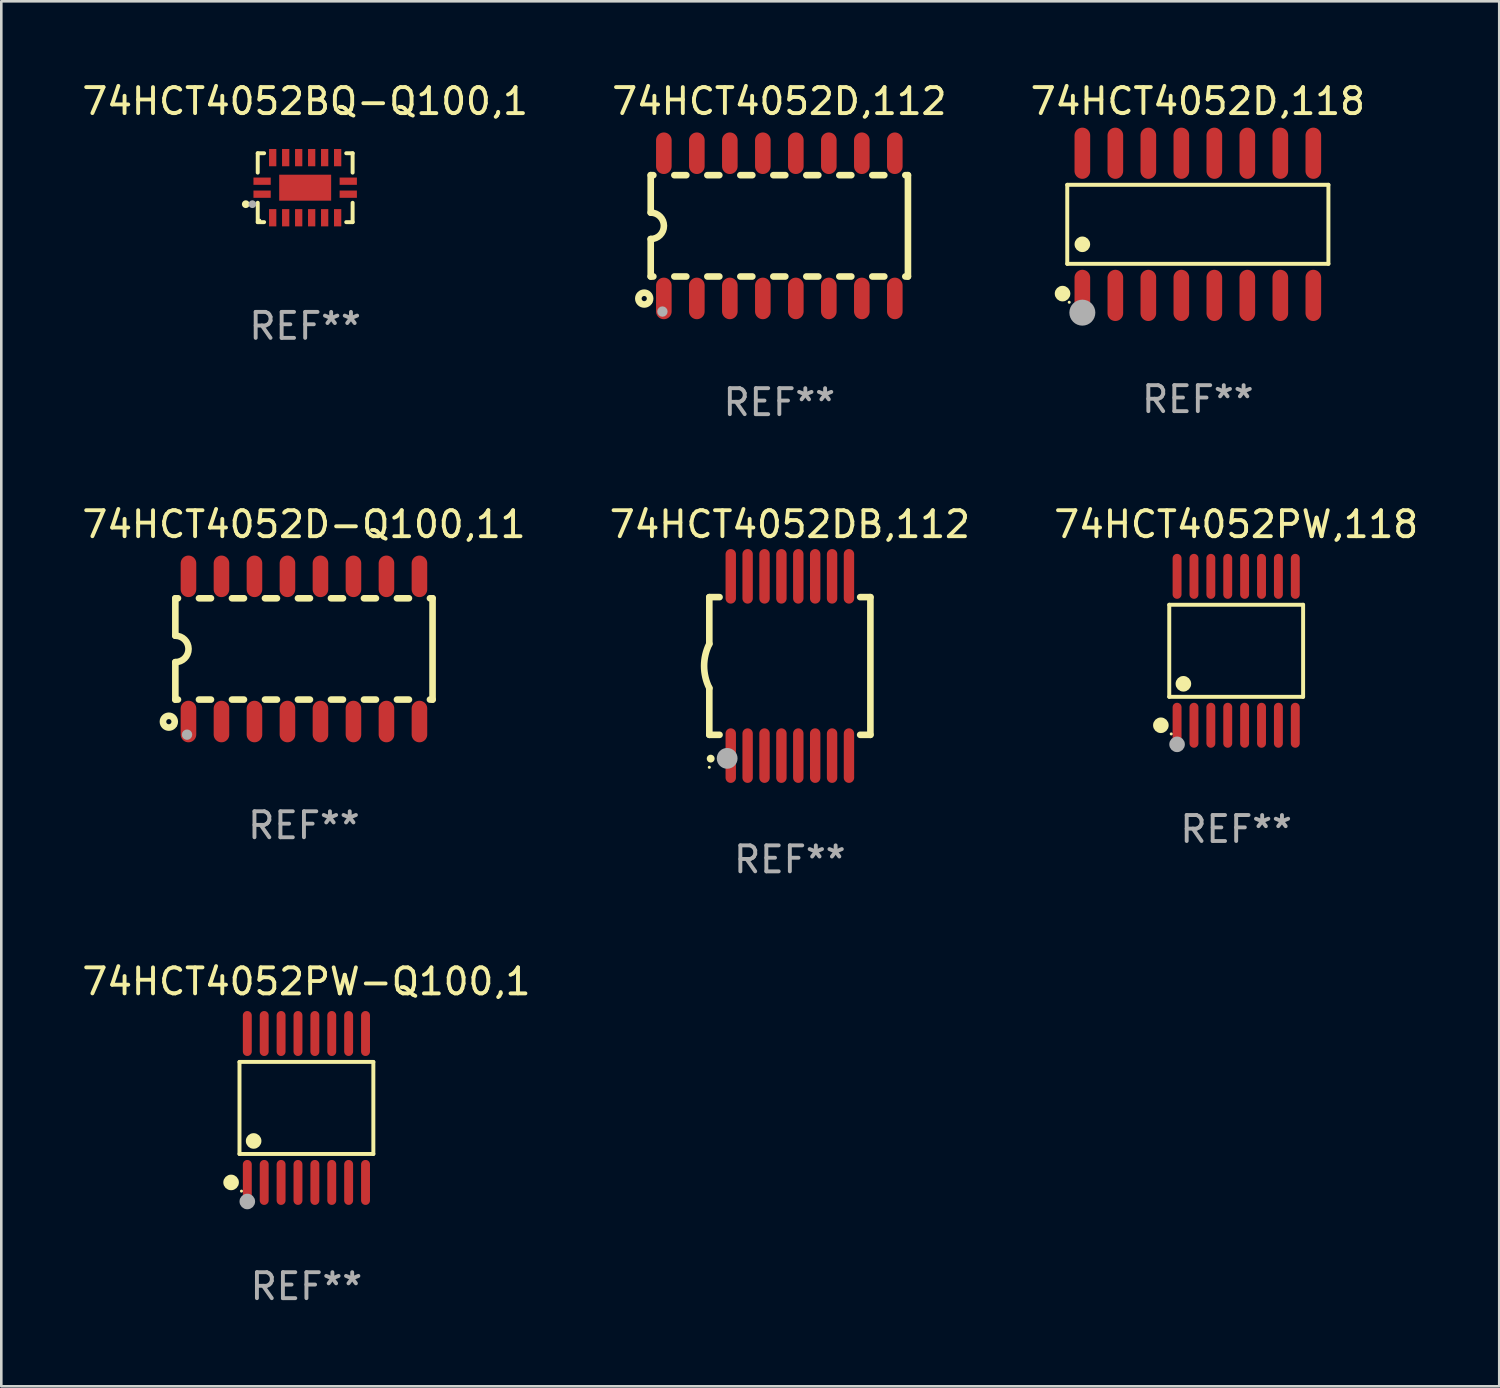
<source format=kicad_pcb>
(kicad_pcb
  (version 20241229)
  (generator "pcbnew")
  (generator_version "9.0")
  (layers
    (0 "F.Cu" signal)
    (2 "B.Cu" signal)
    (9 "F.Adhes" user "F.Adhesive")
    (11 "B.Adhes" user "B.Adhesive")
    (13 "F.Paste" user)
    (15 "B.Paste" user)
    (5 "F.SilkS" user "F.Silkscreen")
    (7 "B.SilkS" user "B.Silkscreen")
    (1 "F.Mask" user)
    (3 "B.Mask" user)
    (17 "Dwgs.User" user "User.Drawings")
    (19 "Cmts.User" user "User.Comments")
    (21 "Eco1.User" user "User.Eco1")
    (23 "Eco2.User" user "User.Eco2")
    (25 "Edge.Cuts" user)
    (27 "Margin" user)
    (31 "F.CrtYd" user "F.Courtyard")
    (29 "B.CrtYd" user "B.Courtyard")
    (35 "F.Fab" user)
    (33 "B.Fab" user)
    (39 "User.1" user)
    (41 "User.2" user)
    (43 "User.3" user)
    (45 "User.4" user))
  (footprint "74HCT4052BQ-Q100,1"
    (layer "F.Cu")
    (at 8.696 4.174)
    (property "Reference" "74HCT4052BQ-Q100,1" (at 0 -3.326 0) (layer "F.SilkS") (effects (font (size 1 1) (thickness 0.15))))
    (attr through_hole)
    (fp_line (start -1.826 -1.326) (end -1.58 -1.326) (stroke (width 0.152) (type solid)) (layer "F.SilkS"))
    (fp_line (start -1.826 -0.58) (end -1.826 -1.326) (stroke (width 0.152) (type solid)) (layer "F.SilkS"))
    (fp_line (start -1.826 0.58) (end -1.826 1.326) (stroke (width 0.152) (type solid)) (layer "F.SilkS"))
    (fp_line (start -1.826 1.326) (end -1.58 1.326) (stroke (width 0.152) (type solid)) (layer "F.SilkS"))
    (fp_line (start 1.826 -1.326) (end 1.58 -1.326) (stroke (width 0.152) (type solid)) (layer "F.SilkS"))
    (fp_line (start 1.826 -0.58) (end 1.826 -1.326) (stroke (width 0.152) (type solid)) (layer "F.SilkS"))
    (fp_line (start 1.826 0.58) (end 1.826 1.326) (stroke (width 0.152) (type solid)) (layer "F.SilkS"))
    (fp_line (start 1.826 1.326) (end 1.58 1.326) (stroke (width 0.152) (type solid)) (layer "F.SilkS"))
    (fp_circle (center -2.286 0.635) (end -2.211 0.635) (stroke (width 0.15) (type solid)) (fill no) (layer "F.SilkS"))
    (fp_circle (center -1.75 1.25) (end -1.72 1.25) (stroke (width 0.06) (type solid)) (fill no) (layer "F.SilkS"))
    (fp_circle (center -2.032 0.635) (end -1.957 0.635) (stroke (width 0.15) (type solid)) (fill no) (layer "F.Fab"))
    (fp_text user "REF**" (at 0 5.326 0) (layer "F.Fab") (effects (font (size 1 1) (thickness 0.15))))
    (pad "1" smd rect (at -1.658 0.25) (size 0.665 0.28) (layers "F.Cu" "F.Mask" "F.Paste"))
    (pad "2" smd rect (at -1.25 1.157) (size 0.28 0.665) (layers "F.Cu" "F.Mask" "F.Paste"))
    (pad "3" smd rect (at -0.75 1.157) (size 0.28 0.665) (layers "F.Cu" "F.Mask" "F.Paste"))
    (pad "4" smd rect (at -0.25 1.157) (size 0.28 0.665) (layers "F.Cu" "F.Mask" "F.Paste"))
    (pad "5" smd rect (at 0.25 1.157) (size 0.28 0.665) (layers "F.Cu" "F.Mask" "F.Paste"))
    (pad "6" smd rect (at 0.75 1.157) (size 0.28 0.665) (layers "F.Cu" "F.Mask" "F.Paste"))
    (pad "7" smd rect (at 1.25 1.157) (size 0.28 0.665) (layers "F.Cu" "F.Mask" "F.Paste"))
    (pad "8" smd rect (at 1.658 0.25) (size 0.665 0.28) (layers "F.Cu" "F.Mask" "F.Paste"))
    (pad "9" smd rect (at 1.658 -0.25) (size 0.665 0.28) (layers "F.Cu" "F.Mask" "F.Paste"))
    (pad "10" smd rect (at 1.25 -1.157) (size 0.28 0.665) (layers "F.Cu" "F.Mask" "F.Paste"))
    (pad "11" smd rect (at 0.75 -1.157) (size 0.28 0.665) (layers "F.Cu" "F.Mask" "F.Paste"))
    (pad "12" smd rect (at 0.25 -1.157) (size 0.28 0.665) (layers "F.Cu" "F.Mask" "F.Paste"))
    (pad "13" smd rect (at -0.25 -1.157) (size 0.28 0.665) (layers "F.Cu" "F.Mask" "F.Paste"))
    (pad "14" smd rect (at -0.75 -1.157) (size 0.28 0.665) (layers "F.Cu" "F.Mask" "F.Paste"))
    (pad "15" smd rect (at -1.25 -1.157) (size 0.28 0.665) (layers "F.Cu" "F.Mask" "F.Paste"))
    (pad "16" smd rect (at -1.658 -0.25) (size 0.665 0.28) (layers "F.Cu" "F.Mask" "F.Paste"))
    (pad "17" smd rect (at 0 0) (size 2 1) (layers "F.Cu" "F.Mask" "F.Paste")))
  (footprint "74HCT4052D,112"
    (layer "F.Cu")
    (at 26.946 5.642)
    (property "Reference" "74HCT4052D,112" (at 0 -4.794 0) (layer "F.SilkS") (effects (font (size 1 1) (thickness 0.15))))
    (attr through_hole)
    (fp_line (start -4.95 -1.95) (end -4.95 -0.508) (stroke (width 0.254) (type solid)) (layer "F.SilkS"))
    (fp_line (start -4.95 -1.95) (end -4.849 -1.95) (stroke (width 0.254) (type solid)) (layer "F.SilkS"))
    (fp_line (start -4.95 1.95) (end -4.95 0.508) (stroke (width 0.254) (type solid)) (layer "F.SilkS"))
    (fp_line (start -4.95 1.95) (end -4.849 1.95) (stroke (width 0.254) (type solid)) (layer "F.SilkS"))
    (fp_line (start -4.041 -1.95) (end -3.579 -1.95) (stroke (width 0.254) (type solid)) (layer "F.SilkS"))
    (fp_line (start -4.041 1.95) (end -3.579 1.95) (stroke (width 0.254) (type solid)) (layer "F.SilkS"))
    (fp_line (start -2.771 -1.95) (end -2.309 -1.95) (stroke (width 0.254) (type solid)) (layer "F.SilkS"))
    (fp_line (start -2.771 1.95) (end -2.309 1.95) (stroke (width 0.254) (type solid)) (layer "F.SilkS"))
    (fp_line (start -1.501 -1.95) (end -1.039 -1.95) (stroke (width 0.254) (type solid)) (layer "F.SilkS"))
    (fp_line (start -1.501 1.95) (end -1.039 1.95) (stroke (width 0.254) (type solid)) (layer "F.SilkS"))
    (fp_line (start -0.231 -1.95) (end 0.231 -1.95) (stroke (width 0.254) (type solid)) (layer "F.SilkS"))
    (fp_line (start -0.231 1.95) (end 0.231 1.95) (stroke (width 0.254) (type solid)) (layer "F.SilkS"))
    (fp_line (start 1.039 -1.95) (end 1.501 -1.95) (stroke (width 0.254) (type solid)) (layer "F.SilkS"))
    (fp_line (start 1.039 1.95) (end 1.501 1.95) (stroke (width 0.254) (type solid)) (layer "F.SilkS"))
    (fp_line (start 2.309 -1.95) (end 2.771 -1.95) (stroke (width 0.254) (type solid)) (layer "F.SilkS"))
    (fp_line (start 2.309 1.95) (end 2.771 1.95) (stroke (width 0.254) (type solid)) (layer "F.SilkS"))
    (fp_line (start 3.579 -1.95) (end 4.041 -1.95) (stroke (width 0.254) (type solid)) (layer "F.SilkS"))
    (fp_line (start 3.579 1.95) (end 4.041 1.95) (stroke (width 0.254) (type solid)) (layer "F.SilkS"))
    (fp_line (start 4.849 -1.95) (end 4.95 -1.95) (stroke (width 0.254) (type solid)) (layer "F.SilkS"))
    (fp_line (start 4.849 1.95) (end 4.95 1.95) (stroke (width 0.254) (type solid)) (layer "F.SilkS"))
    (fp_line (start 4.95 -1.95) (end 4.95 1.95) (stroke (width 0.254) (type solid)) (layer "F.SilkS"))
    (fp_arc (start -4.95047 -0.508001) (mid -4.442469 -0.000228) (end -4.950013 0.508001) (stroke (width 0.254001) (type solid)) (layer "F.SilkS"))
    (fp_circle (center -5.2 2.8) (end -5.1 2.8) (stroke (width 0.254) (type solid)) (fill no) (layer "F.SilkS"))
    (fp_circle (center -4.95 2.947) (end -4.92 2.947) (stroke (width 0.06) (type solid)) (fill no) (layer "F.SilkS"))
    (fp_circle (center -4.5 3.3) (end -4.4 3.3) (stroke (width 0.2) (type solid)) (fill no) (layer "F.Fab"))
    (fp_text user "REF**" (at 0 6.794 0) (layer "F.Fab") (effects (font (size 1 1) (thickness 0.15))))
    (pad "1" smd oval (at -4.445 2.794) (size 0.6 1.6) (layers "F.Cu" "F.Mask" "F.Paste"))
    (pad "2" smd oval (at -3.175 2.794) (size 0.6 1.6) (layers "F.Cu" "F.Mask" "F.Paste"))
    (pad "3" smd oval (at -1.905 2.794) (size 0.6 1.6) (layers "F.Cu" "F.Mask" "F.Paste"))
    (pad "4" smd oval (at -0.635 2.794) (size 0.6 1.6) (layers "F.Cu" "F.Mask" "F.Paste"))
    (pad "5" smd oval (at 0.635 2.794) (size 0.6 1.6) (layers "F.Cu" "F.Mask" "F.Paste"))
    (pad "6" smd oval (at 1.905 2.794) (size 0.6 1.6) (layers "F.Cu" "F.Mask" "F.Paste"))
    (pad "7" smd oval (at 3.175 2.794) (size 0.6 1.6) (layers "F.Cu" "F.Mask" "F.Paste"))
    (pad "8" smd oval (at 4.445 2.794) (size 0.6 1.6) (layers "F.Cu" "F.Mask" "F.Paste"))
    (pad "9" smd oval (at 4.445 -2.794) (size 0.6 1.6) (layers "F.Cu" "F.Mask" "F.Paste"))
    (pad "10" smd oval (at 3.175 -2.794) (size 0.6 1.6) (layers "F.Cu" "F.Mask" "F.Paste"))
    (pad "11" smd oval (at 1.905 -2.794) (size 0.6 1.6) (layers "F.Cu" "F.Mask" "F.Paste"))
    (pad "12" smd oval (at 0.635 -2.794) (size 0.6 1.6) (layers "F.Cu" "F.Mask" "F.Paste"))
    (pad "13" smd oval (at -0.635 -2.794) (size 0.6 1.6) (layers "F.Cu" "F.Mask" "F.Paste"))
    (pad "14" smd oval (at -1.905 -2.794) (size 0.6 1.6) (layers "F.Cu" "F.Mask" "F.Paste"))
    (pad "15" smd oval (at -3.175 -2.794) (size 0.6 1.6) (layers "F.Cu" "F.Mask" "F.Paste"))
    (pad "16" smd oval (at -4.445 -2.794) (size 0.6 1.6) (layers "F.Cu" "F.Mask" "F.Paste")))
  (footprint "74HCT4052D,118"
    (layer "F.Cu")
    (at 43.054 5.584)
    (property "Reference" "74HCT4052D,118" (at 0 -4.736 0) (layer "F.SilkS") (effects (font (size 1 1) (thickness 0.15))))
    (attr through_hole)
    (fp_line (start -5.026 -1.521) (end 5.026 -1.521) (stroke (width 0.152) (type solid)) (layer "F.SilkS"))
    (fp_line (start -5.026 1.521) (end -5.026 -1.521) (stroke (width 0.152) (type solid)) (layer "F.SilkS"))
    (fp_line (start 5.026 -1.521) (end 5.026 1.521) (stroke (width 0.152) (type solid)) (layer "F.SilkS"))
    (fp_line (start 5.026 1.521) (end -5.026 1.521) (stroke (width 0.152) (type solid)) (layer "F.SilkS"))
    (fp_circle (center -5.207 2.667) (end -5.057 2.667) (stroke (width 0.3) (type solid)) (fill no) (layer "F.SilkS"))
    (fp_circle (center -4.95 3) (end -4.92 3) (stroke (width 0.06) (type solid)) (fill no) (layer "F.SilkS"))
    (fp_circle (center -4.445 0.769) (end -4.295 0.769) (stroke (width 0.3) (type solid)) (fill no) (layer "F.SilkS"))
    (fp_circle (center -4.445 3.4) (end -4.195 3.4) (stroke (width 0.5) (type solid)) (fill no) (layer "F.Fab"))
    (fp_text user "REF**" (at 0 6.736 0) (layer "F.Fab") (effects (font (size 1 1) (thickness 0.15))))
    (pad "1" smd oval (at -4.445 2.736) (size 0.602 1.971) (layers "F.Cu" "F.Mask" "F.Paste"))
    (pad "2" smd oval (at -3.175 2.736) (size 0.602 1.971) (layers "F.Cu" "F.Mask" "F.Paste"))
    (pad "3" smd oval (at -1.905 2.736) (size 0.602 1.971) (layers "F.Cu" "F.Mask" "F.Paste"))
    (pad "4" smd oval (at -0.635 2.736) (size 0.602 1.971) (layers "F.Cu" "F.Mask" "F.Paste"))
    (pad "5" smd oval (at 0.635 2.736) (size 0.602 1.971) (layers "F.Cu" "F.Mask" "F.Paste"))
    (pad "6" smd oval (at 1.905 2.736) (size 0.602 1.971) (layers "F.Cu" "F.Mask" "F.Paste"))
    (pad "7" smd oval (at 3.175 2.736) (size 0.602 1.971) (layers "F.Cu" "F.Mask" "F.Paste"))
    (pad "8" smd oval (at 4.445 2.736) (size 0.602 1.971) (layers "F.Cu" "F.Mask" "F.Paste"))
    (pad "9" smd oval (at 4.445 -2.736) (size 0.602 1.971) (layers "F.Cu" "F.Mask" "F.Paste"))
    (pad "10" smd oval (at 3.175 -2.736) (size 0.602 1.971) (layers "F.Cu" "F.Mask" "F.Paste"))
    (pad "11" smd oval (at 1.905 -2.736) (size 0.602 1.971) (layers "F.Cu" "F.Mask" "F.Paste"))
    (pad "12" smd oval (at 0.635 -2.736) (size 0.602 1.971) (layers "F.Cu" "F.Mask" "F.Paste"))
    (pad "13" smd oval (at -0.635 -2.736) (size 0.602 1.971) (layers "F.Cu" "F.Mask" "F.Paste"))
    (pad "14" smd oval (at -1.905 -2.736) (size 0.602 1.971) (layers "F.Cu" "F.Mask" "F.Paste"))
    (pad "15" smd oval (at -3.175 -2.736) (size 0.602 1.971) (layers "F.Cu" "F.Mask" "F.Paste"))
    (pad "16" smd oval (at -4.445 -2.736) (size 0.602 1.971) (layers "F.Cu" "F.Mask" "F.Paste")))
  (footprint "74HCT4052D-Q100,11"
    (layer "F.Cu")
    (at 8.649 21.927)
    (property "Reference" "74HCT4052D-Q100,11" (at 0 -4.794 0) (layer "F.SilkS") (effects (font (size 1 1) (thickness 0.15))))
    (attr through_hole)
    (fp_line (start -4.95 -1.95) (end -4.95 -0.508) (stroke (width 0.254) (type solid)) (layer "F.SilkS"))
    (fp_line (start -4.95 -1.95) (end -4.849 -1.95) (stroke (width 0.254) (type solid)) (layer "F.SilkS"))
    (fp_line (start -4.95 1.95) (end -4.95 0.508) (stroke (width 0.254) (type solid)) (layer "F.SilkS"))
    (fp_line (start -4.95 1.95) (end -4.849 1.95) (stroke (width 0.254) (type solid)) (layer "F.SilkS"))
    (fp_line (start -4.041 -1.95) (end -3.579 -1.95) (stroke (width 0.254) (type solid)) (layer "F.SilkS"))
    (fp_line (start -4.041 1.95) (end -3.579 1.95) (stroke (width 0.254) (type solid)) (layer "F.SilkS"))
    (fp_line (start -2.771 -1.95) (end -2.309 -1.95) (stroke (width 0.254) (type solid)) (layer "F.SilkS"))
    (fp_line (start -2.771 1.95) (end -2.309 1.95) (stroke (width 0.254) (type solid)) (layer "F.SilkS"))
    (fp_line (start -1.501 -1.95) (end -1.039 -1.95) (stroke (width 0.254) (type solid)) (layer "F.SilkS"))
    (fp_line (start -1.501 1.95) (end -1.039 1.95) (stroke (width 0.254) (type solid)) (layer "F.SilkS"))
    (fp_line (start -0.231 -1.95) (end 0.231 -1.95) (stroke (width 0.254) (type solid)) (layer "F.SilkS"))
    (fp_line (start -0.231 1.95) (end 0.231 1.95) (stroke (width 0.254) (type solid)) (layer "F.SilkS"))
    (fp_line (start 1.039 -1.95) (end 1.501 -1.95) (stroke (width 0.254) (type solid)) (layer "F.SilkS"))
    (fp_line (start 1.039 1.95) (end 1.501 1.95) (stroke (width 0.254) (type solid)) (layer "F.SilkS"))
    (fp_line (start 2.309 -1.95) (end 2.771 -1.95) (stroke (width 0.254) (type solid)) (layer "F.SilkS"))
    (fp_line (start 2.309 1.95) (end 2.771 1.95) (stroke (width 0.254) (type solid)) (layer "F.SilkS"))
    (fp_line (start 3.579 -1.95) (end 4.041 -1.95) (stroke (width 0.254) (type solid)) (layer "F.SilkS"))
    (fp_line (start 3.579 1.95) (end 4.041 1.95) (stroke (width 0.254) (type solid)) (layer "F.SilkS"))
    (fp_line (start 4.849 -1.95) (end 4.95 -1.95) (stroke (width 0.254) (type solid)) (layer "F.SilkS"))
    (fp_line (start 4.849 1.95) (end 4.95 1.95) (stroke (width 0.254) (type solid)) (layer "F.SilkS"))
    (fp_line (start 4.95 -1.95) (end 4.95 1.95) (stroke (width 0.254) (type solid)) (layer "F.SilkS"))
    (fp_arc (start -4.95047 -0.508001) (mid -4.442469 -0.000228) (end -4.950013 0.508001) (stroke (width 0.254001) (type solid)) (layer "F.SilkS"))
    (fp_circle (center -5.2 2.8) (end -5.1 2.8) (stroke (width 0.254) (type solid)) (fill no) (layer "F.SilkS"))
    (fp_circle (center -4.95 2.947) (end -4.92 2.947) (stroke (width 0.06) (type solid)) (fill no) (layer "F.SilkS"))
    (fp_circle (center -4.5 3.3) (end -4.4 3.3) (stroke (width 0.2) (type solid)) (fill no) (layer "F.Fab"))
    (fp_text user "REF**" (at 0 6.794 0) (layer "F.Fab") (effects (font (size 1 1) (thickness 0.15))))
    (pad "1" smd oval (at -4.445 2.794) (size 0.6 1.6) (layers "F.Cu" "F.Mask" "F.Paste"))
    (pad "2" smd oval (at -3.175 2.794) (size 0.6 1.6) (layers "F.Cu" "F.Mask" "F.Paste"))
    (pad "3" smd oval (at -1.905 2.794) (size 0.6 1.6) (layers "F.Cu" "F.Mask" "F.Paste"))
    (pad "4" smd oval (at -0.635 2.794) (size 0.6 1.6) (layers "F.Cu" "F.Mask" "F.Paste"))
    (pad "5" smd oval (at 0.635 2.794) (size 0.6 1.6) (layers "F.Cu" "F.Mask" "F.Paste"))
    (pad "6" smd oval (at 1.905 2.794) (size 0.6 1.6) (layers "F.Cu" "F.Mask" "F.Paste"))
    (pad "7" smd oval (at 3.175 2.794) (size 0.6 1.6) (layers "F.Cu" "F.Mask" "F.Paste"))
    (pad "8" smd oval (at 4.445 2.794) (size 0.6 1.6) (layers "F.Cu" "F.Mask" "F.Paste"))
    (pad "9" smd oval (at 4.445 -2.794) (size 0.6 1.6) (layers "F.Cu" "F.Mask" "F.Paste"))
    (pad "10" smd oval (at 3.175 -2.794) (size 0.6 1.6) (layers "F.Cu" "F.Mask" "F.Paste"))
    (pad "11" smd oval (at 1.905 -2.794) (size 0.6 1.6) (layers "F.Cu" "F.Mask" "F.Paste"))
    (pad "12" smd oval (at 0.635 -2.794) (size 0.6 1.6) (layers "F.Cu" "F.Mask" "F.Paste"))
    (pad "13" smd oval (at -0.635 -2.794) (size 0.6 1.6) (layers "F.Cu" "F.Mask" "F.Paste"))
    (pad "14" smd oval (at -1.905 -2.794) (size 0.6 1.6) (layers "F.Cu" "F.Mask" "F.Paste"))
    (pad "15" smd oval (at -3.175 -2.794) (size 0.6 1.6) (layers "F.Cu" "F.Mask" "F.Paste"))
    (pad "16" smd oval (at -4.445 -2.794) (size 0.6 1.6) (layers "F.Cu" "F.Mask" "F.Paste")))
  (footprint "74HCT4052DB,112"
    (layer "F.Cu")
    (at 27.351 22.583)
    (property "Reference" "74HCT4052DB,112" (at 0 -5.45 0) (layer "F.SilkS") (effects (font (size 1 1) (thickness 0.15))))
    (attr through_hole)
    (fp_line (start -3.1 -2.65) (end -3.1 -0.85) (stroke (width 0.254) (type solid)) (layer "F.SilkS"))
    (fp_line (start -3.1 -2.65) (end -2.706 -2.65) (stroke (width 0.254) (type solid)) (layer "F.SilkS"))
    (fp_line (start -3.1 2.65) (end -3.1 0.85) (stroke (width 0.254) (type solid)) (layer "F.SilkS"))
    (fp_line (start -3.1 2.65) (end -2.706 2.65) (stroke (width 0.254) (type solid)) (layer "F.SilkS"))
    (fp_line (start 2.706 -2.65) (end 3.1 -2.65) (stroke (width 0.254) (type solid)) (layer "F.SilkS"))
    (fp_line (start 2.706 2.65) (end 3.1 2.65) (stroke (width 0.254) (type solid)) (layer "F.SilkS"))
    (fp_line (start 3.1 -2.65) (end 3.1 2.65) (stroke (width 0.254) (type solid)) (layer "F.SilkS"))
    (fp_arc (start -3.098907 0.850902) (mid -3.300057 0.000523) (end -3.1 -0.850114) (stroke (width 0.254001) (type solid)) (layer "F.SilkS"))
    (fp_arc (start -3.048006 3.566066) (mid -3.046736 3.566061) (end -3.045466 3.566066) (stroke (width 0.3) (type solid)) (layer "F.SilkS"))
    (fp_circle (center -3.1 3.9) (end -3.07 3.9) (stroke (width 0.06) (type solid)) (fill no) (layer "F.SilkS"))
    (fp_circle (center -2.413 3.556) (end -2.213 3.556) (stroke (width 0.4) (type solid)) (fill no) (layer "F.Fab"))
    (fp_text user "REF**" (at 0 7.45 0) (layer "F.Fab") (effects (font (size 1 1) (thickness 0.15))))
    (pad "1" smd oval (at -2.275 3.45 180) (size 0.4 2.1) (layers "F.Cu" "F.Mask" "F.Paste"))
    (pad "2" smd oval (at -1.625 3.45 180) (size 0.4 2.1) (layers "F.Cu" "F.Mask" "F.Paste"))
    (pad "3" smd oval (at -0.975 3.45 180) (size 0.4 2.1) (layers "F.Cu" "F.Mask" "F.Paste"))
    (pad "4" smd oval (at -0.325 3.45 180) (size 0.4 2.1) (layers "F.Cu" "F.Mask" "F.Paste"))
    (pad "5" smd oval (at 0.325 3.45 180) (size 0.4 2.1) (layers "F.Cu" "F.Mask" "F.Paste"))
    (pad "6" smd oval (at 0.975 3.45 180) (size 0.4 2.1) (layers "F.Cu" "F.Mask" "F.Paste"))
    (pad "7" smd oval (at 1.625 3.45 180) (size 0.4 2.1) (layers "F.Cu" "F.Mask" "F.Paste"))
    (pad "8" smd oval (at 2.275 3.45 180) (size 0.4 2.1) (layers "F.Cu" "F.Mask" "F.Paste"))
    (pad "9" smd oval (at 2.275 -3.45 180) (size 0.4 2.1) (layers "F.Cu" "F.Mask" "F.Paste"))
    (pad "10" smd oval (at 1.625 -3.45 180) (size 0.4 2.1) (layers "F.Cu" "F.Mask" "F.Paste"))
    (pad "11" smd oval (at 0.975 -3.45 180) (size 0.4 2.1) (layers "F.Cu" "F.Mask" "F.Paste"))
    (pad "12" smd oval (at 0.325 -3.45 180) (size 0.4 2.1) (layers "F.Cu" "F.Mask" "F.Paste"))
    (pad "13" smd oval (at -0.325 -3.45 180) (size 0.4 2.1) (layers "F.Cu" "F.Mask" "F.Paste"))
    (pad "14" smd oval (at -0.975 -3.45 180) (size 0.4 2.1) (layers "F.Cu" "F.Mask" "F.Paste"))
    (pad "15" smd oval (at -1.625 -3.45 180) (size 0.4 2.1) (layers "F.Cu" "F.Mask" "F.Paste"))
    (pad "16" smd oval (at -2.275 -3.45 180) (size 0.4 2.1) (layers "F.Cu" "F.Mask" "F.Paste")))
  (footprint "74HCT4052PW-Q100,1"
    (layer "F.Cu")
    (at 8.744 39.595)
    (property "Reference" "74HCT4052PW-Q100,1" (at 0 -4.866 0) (layer "F.SilkS") (effects (font (size 1 1) (thickness 0.15))))
    (attr through_hole)
    (fp_line (start -2.576 -1.772) (end 2.576 -1.772) (stroke (width 0.152) (type solid)) (layer "F.SilkS"))
    (fp_line (start -2.576 1.771) (end -2.576 -1.772) (stroke (width 0.152) (type solid)) (layer "F.SilkS"))
    (fp_line (start 2.576 -1.772) (end 2.576 1.771) (stroke (width 0.152) (type solid)) (layer "F.SilkS"))
    (fp_line (start 2.576 1.771) (end -2.576 1.771) (stroke (width 0.152) (type solid)) (layer "F.SilkS"))
    (fp_circle (center -2.899 2.866) (end -2.749 2.866) (stroke (width 0.3) (type solid)) (fill no) (layer "F.SilkS"))
    (fp_circle (center -2.5 3.2) (end -2.47 3.2) (stroke (width 0.06) (type solid)) (fill no) (layer "F.SilkS"))
    (fp_circle (center -2.032 1.27) (end -1.882 1.27) (stroke (width 0.3) (type solid)) (fill no) (layer "F.SilkS"))
    (fp_circle (center -2.275 3.6) (end -2.125 3.6) (stroke (width 0.3) (type solid)) (fill no) (layer "F.Fab"))
    (fp_text user "REF**" (at 0 6.866 0) (layer "F.Fab") (effects (font (size 1 1) (thickness 0.15))))
    (pad "1" smd oval (at -2.275 2.866) (size 0.343 1.731) (layers "F.Cu" "F.Mask" "F.Paste"))
    (pad "2" smd oval (at -1.625 2.866) (size 0.343 1.731) (layers "F.Cu" "F.Mask" "F.Paste"))
    (pad "3" smd oval (at -0.975 2.866) (size 0.343 1.731) (layers "F.Cu" "F.Mask" "F.Paste"))
    (pad "4" smd oval (at -0.325 2.866) (size 0.343 1.731) (layers "F.Cu" "F.Mask" "F.Paste"))
    (pad "5" smd oval (at 0.325 2.866) (size 0.343 1.731) (layers "F.Cu" "F.Mask" "F.Paste"))
    (pad "6" smd oval (at 0.975 2.866) (size 0.343 1.731) (layers "F.Cu" "F.Mask" "F.Paste"))
    (pad "7" smd oval (at 1.625 2.866) (size 0.343 1.731) (layers "F.Cu" "F.Mask" "F.Paste"))
    (pad "8" smd oval (at 2.275 2.866) (size 0.343 1.731) (layers "F.Cu" "F.Mask" "F.Paste"))
    (pad "9" smd oval (at 2.275 -2.866) (size 0.343 1.731) (layers "F.Cu" "F.Mask" "F.Paste"))
    (pad "10" smd oval (at 1.625 -2.866) (size 0.343 1.731) (layers "F.Cu" "F.Mask" "F.Paste"))
    (pad "11" smd oval (at 0.975 -2.866) (size 0.343 1.731) (layers "F.Cu" "F.Mask" "F.Paste"))
    (pad "12" smd oval (at 0.325 -2.866) (size 0.343 1.731) (layers "F.Cu" "F.Mask" "F.Paste"))
    (pad "13" smd oval (at -0.325 -2.866) (size 0.343 1.731) (layers "F.Cu" "F.Mask" "F.Paste"))
    (pad "14" smd oval (at -0.975 -2.866) (size 0.343 1.731) (layers "F.Cu" "F.Mask" "F.Paste"))
    (pad "15" smd oval (at -1.625 -2.866) (size 0.343 1.731) (layers "F.Cu" "F.Mask" "F.Paste"))
    (pad "16" smd oval (at -2.275 -2.866) (size 0.343 1.731) (layers "F.Cu" "F.Mask" "F.Paste")))
  (footprint "74HCT4052PW,118"
    (layer "F.Cu")
    (at 44.53 21.999)
    (property "Reference" "74HCT4052PW,118" (at 0 -4.866 0) (layer "F.SilkS") (effects (font (size 1 1) (thickness 0.15))))
    (attr through_hole)
    (fp_line (start -2.576 -1.772) (end 2.576 -1.772) (stroke (width 0.152) (type solid)) (layer "F.SilkS"))
    (fp_line (start -2.576 1.771) (end -2.576 -1.772) (stroke (width 0.152) (type solid)) (layer "F.SilkS"))
    (fp_line (start 2.576 -1.772) (end 2.576 1.771) (stroke (width 0.152) (type solid)) (layer "F.SilkS"))
    (fp_line (start 2.576 1.771) (end -2.576 1.771) (stroke (width 0.152) (type solid)) (layer "F.SilkS"))
    (fp_circle (center -2.899 2.866) (end -2.749 2.866) (stroke (width 0.3) (type solid)) (fill no) (layer "F.SilkS"))
    (fp_circle (center -2.5 3.2) (end -2.47 3.2) (stroke (width 0.06) (type solid)) (fill no) (layer "F.SilkS"))
    (fp_circle (center -2.032 1.27) (end -1.882 1.27) (stroke (width 0.3) (type solid)) (fill no) (layer "F.SilkS"))
    (fp_circle (center -2.275 3.6) (end -2.125 3.6) (stroke (width 0.3) (type solid)) (fill no) (layer "F.Fab"))
    (fp_text user "REF**" (at 0 6.866 0) (layer "F.Fab") (effects (font (size 1 1) (thickness 0.15))))
    (pad "1" smd oval (at -2.275 2.866) (size 0.343 1.731) (layers "F.Cu" "F.Mask" "F.Paste"))
    (pad "2" smd oval (at -1.625 2.866) (size 0.343 1.731) (layers "F.Cu" "F.Mask" "F.Paste"))
    (pad "3" smd oval (at -0.975 2.866) (size 0.343 1.731) (layers "F.Cu" "F.Mask" "F.Paste"))
    (pad "4" smd oval (at -0.325 2.866) (size 0.343 1.731) (layers "F.Cu" "F.Mask" "F.Paste"))
    (pad "5" smd oval (at 0.325 2.866) (size 0.343 1.731) (layers "F.Cu" "F.Mask" "F.Paste"))
    (pad "6" smd oval (at 0.975 2.866) (size 0.343 1.731) (layers "F.Cu" "F.Mask" "F.Paste"))
    (pad "7" smd oval (at 1.625 2.866) (size 0.343 1.731) (layers "F.Cu" "F.Mask" "F.Paste"))
    (pad "8" smd oval (at 2.275 2.866) (size 0.343 1.731) (layers "F.Cu" "F.Mask" "F.Paste"))
    (pad "9" smd oval (at 2.275 -2.866) (size 0.343 1.731) (layers "F.Cu" "F.Mask" "F.Paste"))
    (pad "10" smd oval (at 1.625 -2.866) (size 0.343 1.731) (layers "F.Cu" "F.Mask" "F.Paste"))
    (pad "11" smd oval (at 0.975 -2.866) (size 0.343 1.731) (layers "F.Cu" "F.Mask" "F.Paste"))
    (pad "12" smd oval (at 0.325 -2.866) (size 0.343 1.731) (layers "F.Cu" "F.Mask" "F.Paste"))
    (pad "13" smd oval (at -0.325 -2.866) (size 0.343 1.731) (layers "F.Cu" "F.Mask" "F.Paste"))
    (pad "14" smd oval (at -0.975 -2.866) (size 0.343 1.731) (layers "F.Cu" "F.Mask" "F.Paste"))
    (pad "15" smd oval (at -1.625 -2.866) (size 0.343 1.731) (layers "F.Cu" "F.Mask" "F.Paste"))
    (pad "16" smd oval (at -2.275 -2.866) (size 0.343 1.731) (layers "F.Cu" "F.Mask" "F.Paste")))
  (gr_rect
    (start -3 -3)
    (end 54.655 50.309)
    (stroke (width 0.1) (type default))
    (fill no)
    (layer "Edge.Cuts")))
</source>
